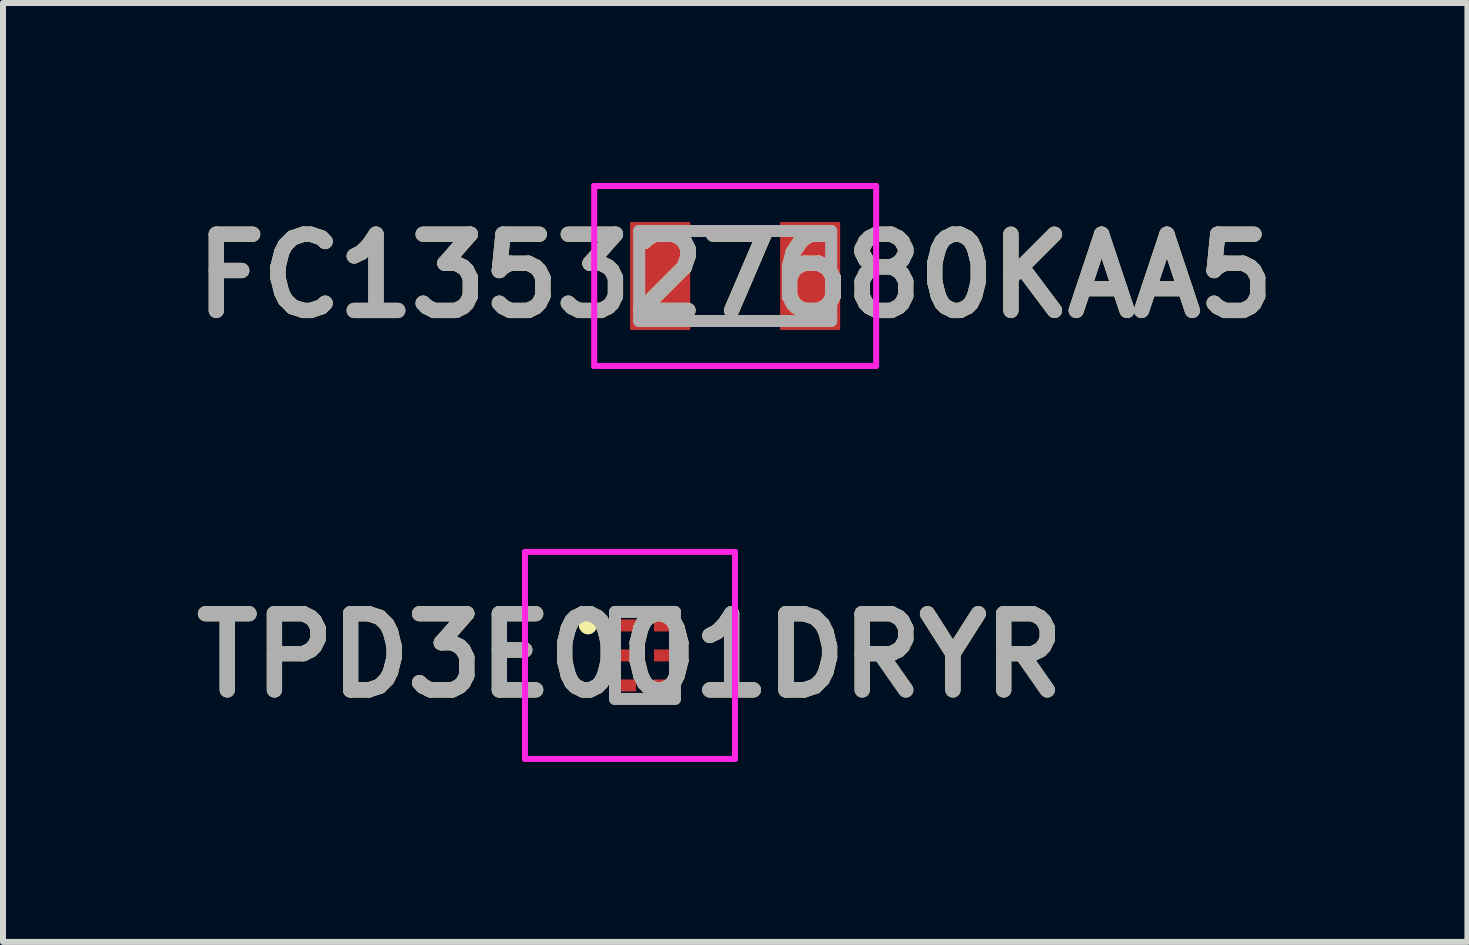
<source format=kicad_pcb>
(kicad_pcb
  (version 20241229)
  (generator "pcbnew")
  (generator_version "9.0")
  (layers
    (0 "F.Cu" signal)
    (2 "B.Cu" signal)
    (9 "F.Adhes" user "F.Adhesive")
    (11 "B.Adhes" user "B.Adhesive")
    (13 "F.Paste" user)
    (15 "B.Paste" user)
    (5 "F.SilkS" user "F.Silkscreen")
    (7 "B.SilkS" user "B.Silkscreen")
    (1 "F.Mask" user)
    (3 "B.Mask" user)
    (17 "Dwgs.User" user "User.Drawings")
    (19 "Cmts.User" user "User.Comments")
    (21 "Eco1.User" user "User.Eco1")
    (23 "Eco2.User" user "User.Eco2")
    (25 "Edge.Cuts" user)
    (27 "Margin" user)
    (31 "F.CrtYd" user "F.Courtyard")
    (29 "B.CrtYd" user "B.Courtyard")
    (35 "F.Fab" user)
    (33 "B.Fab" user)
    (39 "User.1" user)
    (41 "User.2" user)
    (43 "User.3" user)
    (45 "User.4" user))
  (footprint "FC135327680KAA5"
    (layer "F.Cu")
    (at 9.204 1.55)
    (property "Reference" "FC135327680KAA5" (at 0 0 0) (layer "F.SilkS") (effects (font (size 1.27 1.27) (thickness 0.254))))
    (attr smd)
    (fp_line (start -0.4 -0.75) (end 0.4 -0.75) (stroke (width 0.1) (type solid)) (layer "F.SilkS"))
    (fp_line (start -0.4 0.75) (end 0.4 0.75) (stroke (width 0.1) (type solid)) (layer "F.SilkS"))
    (fp_line (start -2.35 -1.5) (end 2.35 -1.5) (stroke (width 0.1) (type solid)) (layer "F.CrtYd"))
    (fp_line (start -2.35 1.5) (end -2.35 -1.5) (stroke (width 0.1) (type solid)) (layer "F.CrtYd"))
    (fp_line (start 2.35 -1.5) (end 2.35 1.5) (stroke (width 0.1) (type solid)) (layer "F.CrtYd"))
    (fp_line (start 2.35 1.5) (end -2.35 1.5) (stroke (width 0.1) (type solid)) (layer "F.CrtYd"))
    (fp_line (start -1.6 -0.75) (end 1.6 -0.75) (stroke (width 0.2) (type solid)) (layer "F.Fab"))
    (fp_line (start -1.6 0.75) (end -1.6 -0.75) (stroke (width 0.2) (type solid)) (layer "F.Fab"))
    (fp_line (start 1.6 -0.75) (end 1.6 0.75) (stroke (width 0.2) (type solid)) (layer "F.Fab"))
    (fp_line (start 1.6 0.75) (end -1.6 0.75) (stroke (width 0.2) (type solid)) (layer "F.Fab"))
    (fp_text user "${REFERENCE}" (at 0 0 0) (layer "F.Fab") (effects (font (size 1.27 1.27) (thickness 0.254))))
    (pad "1" smd rect (at -1.25 0) (size 1 1.8) (layers "F.Cu" "F.Mask" "F.Paste"))
    (pad "2" smd rect (at 1.25 0) (size 1 1.8) (layers "F.Cu" "F.Mask" "F.Paste")))
  (footprint "TPD3E001DRYR"
    (layer "F.Cu")
    (at 7.701 7.875)
    (property "Reference" "TPD3E001DRYR" (at -0.25 0 0) (layer "F.SilkS") (effects (font (size 1.27 1.27) (thickness 0.254))))
    (attr smd)
    (fp_line (start -1 -0.5) (end -1 -0.5) (stroke (width 0.2) (type solid)) (layer "F.SilkS"))
    (fp_line (start -0.9 -0.5) (end -0.9 -0.5) (stroke (width 0.2) (type solid)) (layer "F.SilkS"))
    (fp_line (start -0.9 -0.5) (end -0.9 -0.5) (stroke (width 0.2) (type solid)) (layer "F.SilkS"))
    (fp_arc (start -1 -0.5) (mid -0.95 -0.55) (end -0.9 -0.5) (stroke (width 0.2) (type solid)) (layer "F.SilkS"))
    (fp_arc (start -1 -0.5) (mid -0.95 -0.55) (end -0.9 -0.5) (stroke (width 0.2) (type solid)) (layer "F.SilkS"))
    (fp_arc (start -0.9 -0.5) (mid -0.95 -0.45) (end -1 -0.5) (stroke (width 0.2) (type solid)) (layer "F.SilkS"))
    (fp_line (start -2 -1.725) (end 1.5 -1.725) (stroke (width 0.1) (type solid)) (layer "F.CrtYd"))
    (fp_line (start -2 1.725) (end -2 -1.725) (stroke (width 0.1) (type solid)) (layer "F.CrtYd"))
    (fp_line (start 1.5 -1.725) (end 1.5 1.725) (stroke (width 0.1) (type solid)) (layer "F.CrtYd"))
    (fp_line (start 1.5 1.725) (end -2 1.725) (stroke (width 0.1) (type solid)) (layer "F.CrtYd"))
    (fp_line (start -0.5 -0.725) (end -0.5 0.725) (stroke (width 0.2) (type solid)) (layer "F.Fab"))
    (fp_line (start -0.5 0.725) (end 0.5 0.725) (stroke (width 0.2) (type solid)) (layer "F.Fab"))
    (fp_line (start 0.5 -0.725) (end -0.5 -0.725) (stroke (width 0.2) (type solid)) (layer "F.Fab"))
    (fp_line (start 0.5 0.725) (end 0.5 -0.725) (stroke (width 0.2) (type solid)) (layer "F.Fab"))
    (fp_text user "${REFERENCE}" (at -0.25 0 0) (layer "F.Fab") (effects (font (size 1.27 1.27) (thickness 0.254))))
    (pad "1" smd rect (at -0.275 -0.5 90) (size 0.2 0.35) (layers "F.Cu" "F.Mask" "F.Paste"))
    (pad "2" smd rect (at -0.3 0 90) (size 0.2 0.3) (layers "F.Cu" "F.Mask" "F.Paste"))
    (pad "3" smd rect (at -0.3 0.5 90) (size 0.2 0.3) (layers "F.Cu" "F.Mask" "F.Paste"))
    (pad "4" smd rect (at 0.3 0.5 90) (size 0.2 0.3) (layers "F.Cu" "F.Mask" "F.Paste"))
    (pad "5" smd rect (at 0.3 0 90) (size 0.2 0.3) (layers "F.Cu" "F.Mask" "F.Paste"))
    (pad "6" smd rect (at 0.3 -0.5 90) (size 0.2 0.3) (layers "F.Cu" "F.Mask" "F.Paste")))
  (gr_rect
    (start -3 -3)
    (end 21.409 12.65)
    (stroke (width 0.1) (type default))
    (fill no)
    (layer "Edge.Cuts")))
</source>
